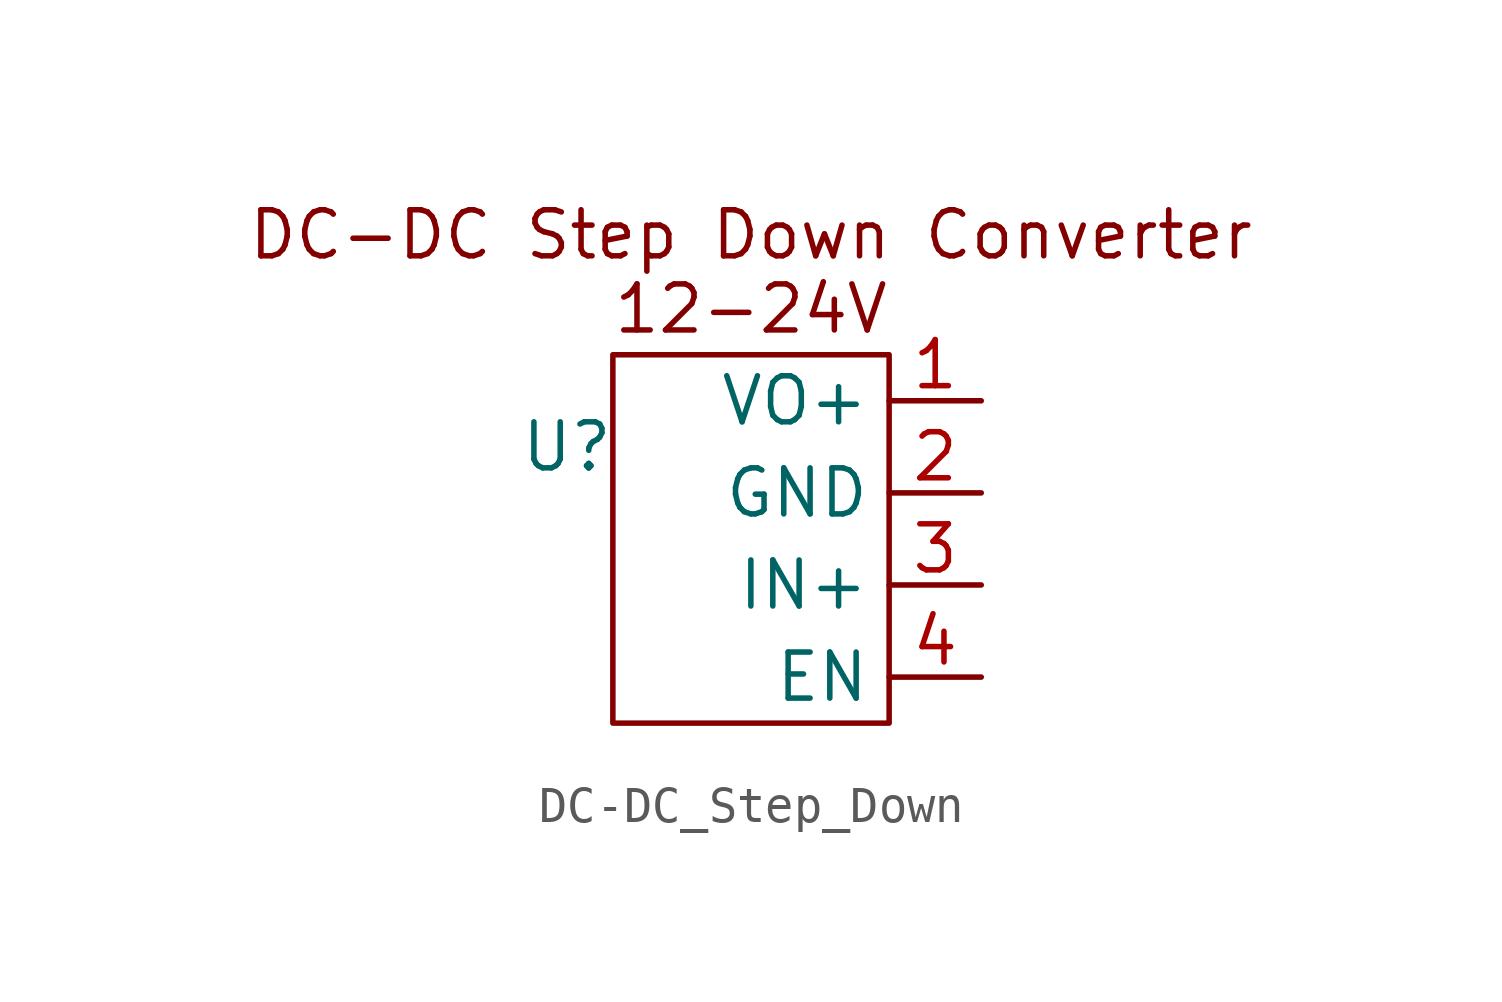
<source format=kicad_sym>
(kicad_symbol_lib
  (version 20241209)
  (generator "kicad_symbol_editor")
  (generator_version "9.0")
  (symbol "DC-DC_Step_Down"
    (property "Reference" "U"
      (at -5.08 0 0)
      (effects (font (size 1.27 1.27))))
    (property "Value" ""
      (at 0 0 0)
      (effects (font (size 1.27 1.27))))
    (symbol "DC-DC_Step_Down_0_1"
      (rectangle (start -3.81 2.54) (end 3.81 -7.62) (stroke (width 0) (type default)) (fill (type none))))
    (symbol "DC-DC_Step_Down_1_1"
      (text "DC-DC Step Down Converter\n12-24V" (at 0 4.826 0) (effects (font (size 1.27 1.27))))
      (pin power_out line (at 6.35 1.27 180) (length 2.54) (name "VO+" (effects (font (size 1.27 1.27)))) (number "1" (effects (font (size 1.27 1.27)))))
      (pin power_out line (at 6.35 -1.27 180) (length 2.54) (name "GND" (effects (font (size 1.27 1.27)))) (number "2" (effects (font (size 1.27 1.27)))))
      (pin power_in line (at 6.35 -3.81 180) (length 2.54) (name "IN+" (effects (font (size 1.27 1.27)))) (number "3" (effects (font (size 1.27 1.27)))))
      (pin input line (at 6.35 -6.35 180) (length 2.54) (name "EN" (effects (font (size 1.27 1.27)))) (number "4" (effects (font (size 1.27 1.27))))))))
</source>
